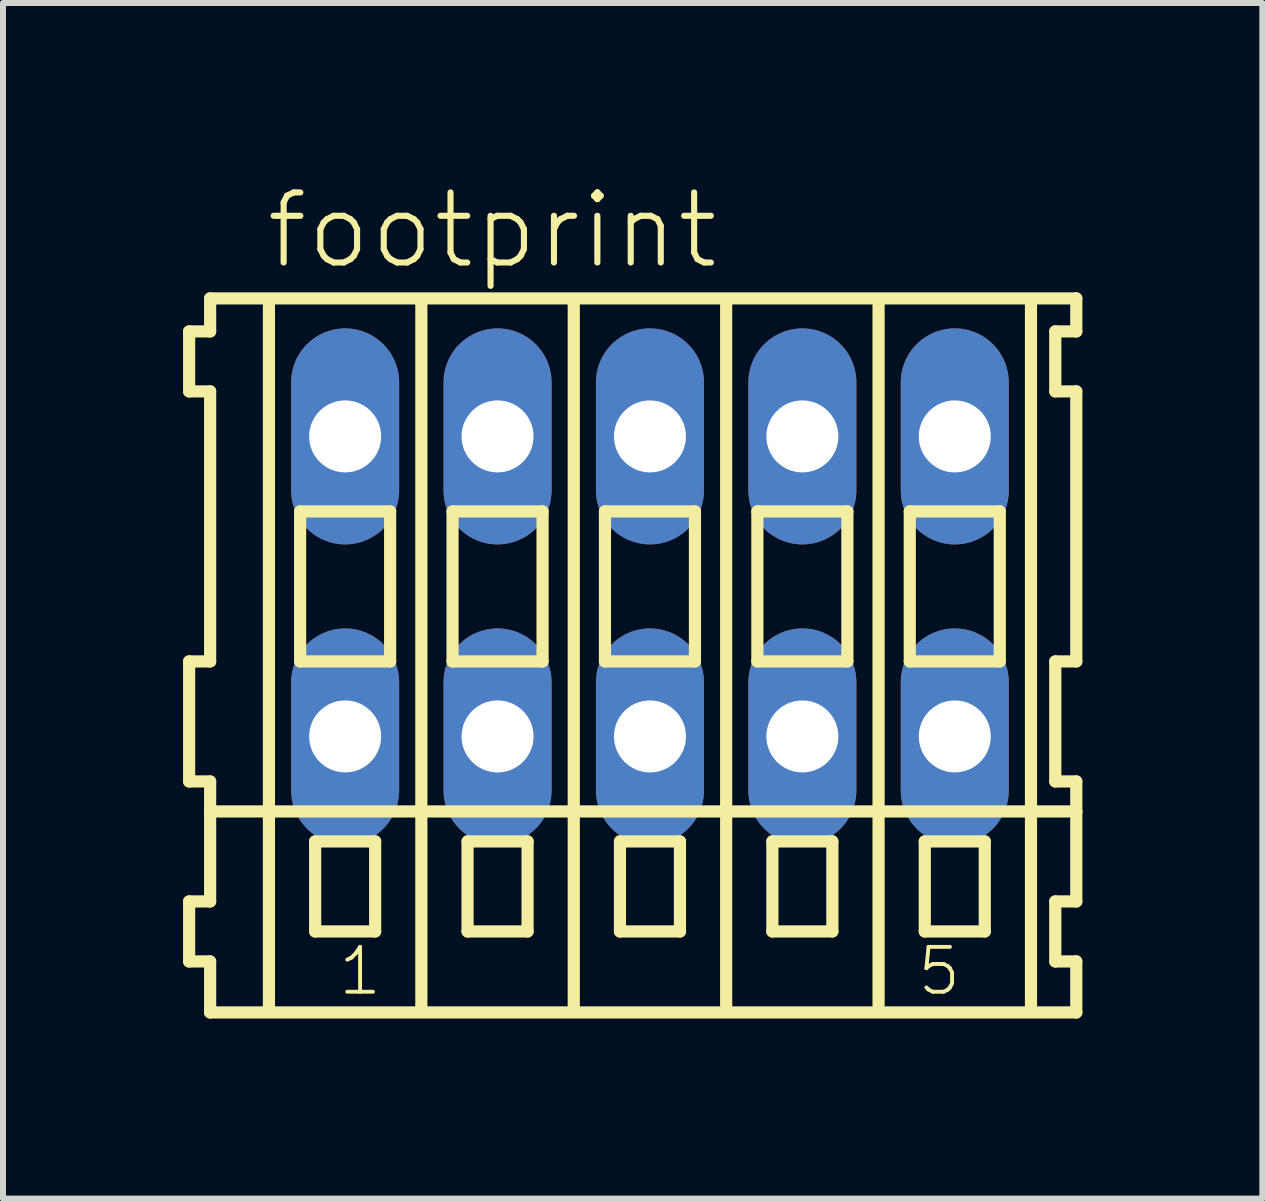
<source format=kicad_pcb>
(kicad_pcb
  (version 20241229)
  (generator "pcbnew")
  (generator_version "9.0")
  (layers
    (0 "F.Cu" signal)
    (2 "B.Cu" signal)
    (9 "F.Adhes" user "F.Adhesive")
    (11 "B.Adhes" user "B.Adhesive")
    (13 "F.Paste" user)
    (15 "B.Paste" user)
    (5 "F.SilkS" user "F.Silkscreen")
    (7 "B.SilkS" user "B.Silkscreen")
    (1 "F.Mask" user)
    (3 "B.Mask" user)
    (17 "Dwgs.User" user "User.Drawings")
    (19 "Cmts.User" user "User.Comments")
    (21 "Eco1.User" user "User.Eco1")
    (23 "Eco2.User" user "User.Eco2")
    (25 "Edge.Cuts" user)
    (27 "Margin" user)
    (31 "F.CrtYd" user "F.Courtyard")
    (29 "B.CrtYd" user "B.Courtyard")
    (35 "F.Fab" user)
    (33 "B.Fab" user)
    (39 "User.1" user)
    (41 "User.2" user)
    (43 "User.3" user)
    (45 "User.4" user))
  (footprint "footprint"
    (layer "F.Cu")
    (at 7.782 6.723)
    (property "Reference" "footprint" (at -6.45 -5.25 0) (layer "F.SilkS") (effects (font (size 1.168 1.168) (thickness 0.102)) (justify left bottom)))
    (fp_line (start -7.68 -4.25) (end -7.68 -3.25) (stroke (width 0.203) (type solid)) (layer "F.SilkS"))
    (fp_line (start -7.68 -3.25) (end -7.33 -3.25) (stroke (width 0.203) (type solid)) (layer "F.SilkS"))
    (fp_line (start -7.68 1.25) (end -7.68 3.25) (stroke (width 0.203) (type solid)) (layer "F.SilkS"))
    (fp_line (start -7.68 3.25) (end -7.33 3.25) (stroke (width 0.203) (type solid)) (layer "F.SilkS"))
    (fp_line (start -7.68 5.25) (end -7.68 6.25) (stroke (width 0.203) (type solid)) (layer "F.SilkS"))
    (fp_line (start -7.68 6.25) (end -7.33 6.25) (stroke (width 0.203) (type solid)) (layer "F.SilkS"))
    (fp_line (start -7.33 -4.8) (end -7.33 -4.25) (stroke (width 0.203) (type solid)) (layer "F.SilkS"))
    (fp_line (start -7.33 -4.25) (end -7.68 -4.25) (stroke (width 0.203) (type solid)) (layer "F.SilkS"))
    (fp_line (start -7.33 -3.25) (end -7.33 1.25) (stroke (width 0.203) (type solid)) (layer "F.SilkS"))
    (fp_line (start -7.33 1.25) (end -7.68 1.25) (stroke (width 0.203) (type solid)) (layer "F.SilkS"))
    (fp_line (start -7.33 3.25) (end -7.33 5.25) (stroke (width 0.203) (type solid)) (layer "F.SilkS"))
    (fp_line (start -7.33 3.75) (end 7.105 3.75) (stroke (width 0.203) (type solid)) (layer "F.SilkS"))
    (fp_line (start -7.33 5.25) (end -7.68 5.25) (stroke (width 0.203) (type solid)) (layer "F.SilkS"))
    (fp_line (start -7.33 6.25) (end -7.33 7.1) (stroke (width 0.203) (type solid)) (layer "F.SilkS"))
    (fp_line (start -7.33 7.1) (end 7.105 7.1) (stroke (width 0.203) (type solid)) (layer "F.SilkS"))
    (fp_line (start -6.35 6.985) (end -6.35 -4.699) (stroke (width 0.203) (type solid)) (layer "F.SilkS"))
    (fp_line (start -5.83 -1.25) (end -5.83 1.25) (stroke (width 0.203) (type solid)) (layer "F.SilkS"))
    (fp_line (start -5.83 1.25) (end -4.33 1.25) (stroke (width 0.203) (type solid)) (layer "F.SilkS"))
    (fp_line (start -5.58 4.25) (end -5.58 5.75) (stroke (width 0.203) (type solid)) (layer "F.SilkS"))
    (fp_line (start -5.58 5.75) (end -4.58 5.75) (stroke (width 0.203) (type solid)) (layer "F.SilkS"))
    (fp_line (start -4.58 4.25) (end -5.58 4.25) (stroke (width 0.203) (type solid)) (layer "F.SilkS"))
    (fp_line (start -4.58 5.75) (end -4.58 4.25) (stroke (width 0.203) (type solid)) (layer "F.SilkS"))
    (fp_line (start -4.33 -1.25) (end -5.83 -1.25) (stroke (width 0.203) (type solid)) (layer "F.SilkS"))
    (fp_line (start -4.33 1.25) (end -4.33 -1.25) (stroke (width 0.203) (type solid)) (layer "F.SilkS"))
    (fp_line (start -3.81 6.985) (end -3.81 -4.699) (stroke (width 0.203) (type solid)) (layer "F.SilkS"))
    (fp_line (start -3.29 -1.25) (end -3.29 1.25) (stroke (width 0.203) (type solid)) (layer "F.SilkS"))
    (fp_line (start -3.29 1.25) (end -1.79 1.25) (stroke (width 0.203) (type solid)) (layer "F.SilkS"))
    (fp_line (start -3.04 4.25) (end -3.04 5.75) (stroke (width 0.203) (type solid)) (layer "F.SilkS"))
    (fp_line (start -3.04 5.75) (end -2.04 5.75) (stroke (width 0.203) (type solid)) (layer "F.SilkS"))
    (fp_line (start -2.04 4.25) (end -3.04 4.25) (stroke (width 0.203) (type solid)) (layer "F.SilkS"))
    (fp_line (start -2.04 5.75) (end -2.04 4.25) (stroke (width 0.203) (type solid)) (layer "F.SilkS"))
    (fp_line (start -1.79 -1.25) (end -3.29 -1.25) (stroke (width 0.203) (type solid)) (layer "F.SilkS"))
    (fp_line (start -1.79 1.25) (end -1.79 -1.25) (stroke (width 0.203) (type solid)) (layer "F.SilkS"))
    (fp_line (start -1.27 6.985) (end -1.27 -4.699) (stroke (width 0.203) (type solid)) (layer "F.SilkS"))
    (fp_line (start -0.75 -1.25) (end -0.75 1.25) (stroke (width 0.203) (type solid)) (layer "F.SilkS"))
    (fp_line (start -0.75 1.25) (end 0.75 1.25) (stroke (width 0.203) (type solid)) (layer "F.SilkS"))
    (fp_line (start -0.5 4.25) (end -0.5 5.75) (stroke (width 0.203) (type solid)) (layer "F.SilkS"))
    (fp_line (start -0.5 5.75) (end 0.5 5.75) (stroke (width 0.203) (type solid)) (layer "F.SilkS"))
    (fp_line (start 0.5 4.25) (end -0.5 4.25) (stroke (width 0.203) (type solid)) (layer "F.SilkS"))
    (fp_line (start 0.5 5.75) (end 0.5 4.25) (stroke (width 0.203) (type solid)) (layer "F.SilkS"))
    (fp_line (start 0.75 -1.25) (end -0.75 -1.25) (stroke (width 0.203) (type solid)) (layer "F.SilkS"))
    (fp_line (start 0.75 1.25) (end 0.75 -1.25) (stroke (width 0.203) (type solid)) (layer "F.SilkS"))
    (fp_line (start 1.27 6.985) (end 1.27 -4.699) (stroke (width 0.203) (type solid)) (layer "F.SilkS"))
    (fp_line (start 1.79 -1.25) (end 1.79 1.25) (stroke (width 0.203) (type solid)) (layer "F.SilkS"))
    (fp_line (start 1.79 1.25) (end 3.29 1.25) (stroke (width 0.203) (type solid)) (layer "F.SilkS"))
    (fp_line (start 2.04 4.25) (end 2.04 5.75) (stroke (width 0.203) (type solid)) (layer "F.SilkS"))
    (fp_line (start 2.04 5.75) (end 3.04 5.75) (stroke (width 0.203) (type solid)) (layer "F.SilkS"))
    (fp_line (start 3.04 4.25) (end 2.04 4.25) (stroke (width 0.203) (type solid)) (layer "F.SilkS"))
    (fp_line (start 3.04 5.75) (end 3.04 4.25) (stroke (width 0.203) (type solid)) (layer "F.SilkS"))
    (fp_line (start 3.29 -1.25) (end 1.79 -1.25) (stroke (width 0.203) (type solid)) (layer "F.SilkS"))
    (fp_line (start 3.29 1.25) (end 3.29 -1.25) (stroke (width 0.203) (type solid)) (layer "F.SilkS"))
    (fp_line (start 3.81 6.985) (end 3.81 -4.699) (stroke (width 0.203) (type solid)) (layer "F.SilkS"))
    (fp_line (start 4.33 -1.25) (end 4.33 1.25) (stroke (width 0.203) (type solid)) (layer "F.SilkS"))
    (fp_line (start 4.33 1.25) (end 5.83 1.25) (stroke (width 0.203) (type solid)) (layer "F.SilkS"))
    (fp_line (start 4.58 4.25) (end 4.58 5.75) (stroke (width 0.203) (type solid)) (layer "F.SilkS"))
    (fp_line (start 4.58 5.75) (end 5.58 5.75) (stroke (width 0.203) (type solid)) (layer "F.SilkS"))
    (fp_line (start 5.58 4.25) (end 4.58 4.25) (stroke (width 0.203) (type solid)) (layer "F.SilkS"))
    (fp_line (start 5.58 5.75) (end 5.58 4.25) (stroke (width 0.203) (type solid)) (layer "F.SilkS"))
    (fp_line (start 5.83 -1.25) (end 4.33 -1.25) (stroke (width 0.203) (type solid)) (layer "F.SilkS"))
    (fp_line (start 5.83 1.25) (end 5.83 -1.25) (stroke (width 0.203) (type solid)) (layer "F.SilkS"))
    (fp_line (start 6.35 6.985) (end 6.35 -4.699) (stroke (width 0.203) (type solid)) (layer "F.SilkS"))
    (fp_line (start 6.755 -4.25) (end 6.755 -3.25) (stroke (width 0.203) (type solid)) (layer "F.SilkS"))
    (fp_line (start 6.755 -3.25) (end 7.105 -3.25) (stroke (width 0.203) (type solid)) (layer "F.SilkS"))
    (fp_line (start 6.755 1.25) (end 6.755 3.25) (stroke (width 0.203) (type solid)) (layer "F.SilkS"))
    (fp_line (start 6.755 3.25) (end 7.105 3.25) (stroke (width 0.203) (type solid)) (layer "F.SilkS"))
    (fp_line (start 6.755 5.25) (end 6.755 6.25) (stroke (width 0.203) (type solid)) (layer "F.SilkS"))
    (fp_line (start 6.755 6.25) (end 7.105 6.25) (stroke (width 0.203) (type solid)) (layer "F.SilkS"))
    (fp_line (start 7.105 -4.8) (end -7.33 -4.8) (stroke (width 0.203) (type solid)) (layer "F.SilkS"))
    (fp_line (start 7.105 -4.25) (end 6.755 -4.25) (stroke (width 0.203) (type solid)) (layer "F.SilkS"))
    (fp_line (start 7.105 -4.25) (end 7.105 -4.8) (stroke (width 0.203) (type solid)) (layer "F.SilkS"))
    (fp_line (start 7.105 1.25) (end 6.755 1.25) (stroke (width 0.203) (type solid)) (layer "F.SilkS"))
    (fp_line (start 7.105 1.25) (end 7.105 -3.25) (stroke (width 0.203) (type solid)) (layer "F.SilkS"))
    (fp_line (start 7.105 3.75) (end 7.105 3.25) (stroke (width 0.203) (type solid)) (layer "F.SilkS"))
    (fp_line (start 7.105 5.25) (end 6.755 5.25) (stroke (width 0.203) (type solid)) (layer "F.SilkS"))
    (fp_line (start 7.105 5.25) (end 7.105 3.75) (stroke (width 0.203) (type solid)) (layer "F.SilkS"))
    (fp_line (start 7.105 7.1) (end 7.105 6.25) (stroke (width 0.203) (type solid)) (layer "F.SilkS"))
    (fp_text user "5" (at 4.422 6.85 0) (layer "F.SilkS") (effects (font (size 0.748 0.748) (thickness 0.065)) (justify left bottom)))
    (fp_text user "1" (at -5.23 6.85 0) (layer "F.SilkS") (effects (font (size 0.748 0.748) (thickness 0.065)) (justify left bottom)))
    (pad "A1" thru_hole oval (at -5.08 -2.5 90) (size 3.6 1.8) (drill 1.2) (layers "*.Cu" "*.Mask"))
    (pad "A2" thru_hole oval (at -2.54 -2.5 90) (size 3.6 1.8) (drill 1.2) (layers "*.Cu" "*.Mask"))
    (pad "A3" thru_hole oval (at 0 -2.5 90) (size 3.6 1.8) (drill 1.2) (layers "*.Cu" "*.Mask"))
    (pad "A4" thru_hole oval (at 2.54 -2.5 90) (size 3.6 1.8) (drill 1.2) (layers "*.Cu" "*.Mask"))
    (pad "A5" thru_hole oval (at 5.08 -2.5 90) (size 3.6 1.8) (drill 1.2) (layers "*.Cu" "*.Mask"))
    (pad "B1" thru_hole oval (at -5.08 2.5 90) (size 3.6 1.8) (drill 1.2) (layers "*.Cu" "*.Mask"))
    (pad "B2" thru_hole oval (at -2.54 2.5 90) (size 3.6 1.8) (drill 1.2) (layers "*.Cu" "*.Mask"))
    (pad "B3" thru_hole oval (at 0 2.5 90) (size 3.6 1.8) (drill 1.2) (layers "*.Cu" "*.Mask"))
    (pad "B4" thru_hole oval (at 2.54 2.5 90) (size 3.6 1.8) (drill 1.2) (layers "*.Cu" "*.Mask"))
    (pad "B5" thru_hole oval (at 5.08 2.5 90) (size 3.6 1.8) (drill 1.2) (layers "*.Cu" "*.Mask")))
  (gr_rect
    (start -3 -3)
    (end 17.988 16.925)
    (stroke (width 0.1) (type default))
    (fill no)
    (layer "Edge.Cuts")))
</source>
